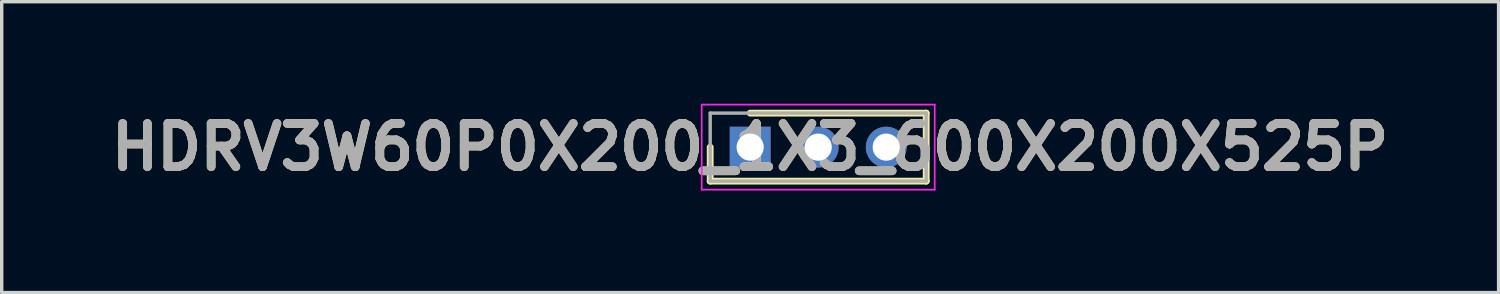
<source format=kicad_pcb>
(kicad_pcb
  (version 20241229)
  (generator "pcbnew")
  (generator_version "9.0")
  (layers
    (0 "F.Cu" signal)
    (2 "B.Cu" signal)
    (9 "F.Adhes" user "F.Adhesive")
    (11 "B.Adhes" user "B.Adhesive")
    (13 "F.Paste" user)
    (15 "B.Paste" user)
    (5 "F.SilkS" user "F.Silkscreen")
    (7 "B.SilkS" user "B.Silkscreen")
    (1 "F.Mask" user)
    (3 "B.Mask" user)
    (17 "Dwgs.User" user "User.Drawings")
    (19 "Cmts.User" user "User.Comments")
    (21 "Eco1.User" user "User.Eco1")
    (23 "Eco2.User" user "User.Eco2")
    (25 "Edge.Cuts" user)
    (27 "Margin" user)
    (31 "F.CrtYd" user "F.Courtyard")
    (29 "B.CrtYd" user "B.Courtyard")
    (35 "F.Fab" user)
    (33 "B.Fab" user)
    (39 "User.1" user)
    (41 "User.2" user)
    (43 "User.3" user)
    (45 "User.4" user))
  (footprint "HDRV3W60P0X200_1X3_600X200X525P"
    (layer "F.Cu")
    (at 19.002 1.275)
    (property "Reference" "HDRV3W60P0X200_1X3_600X200X525P" (at 0 0 0) (layer "F.SilkS") (effects (font (size 1.27 1.27) (thickness 0.254))))
    (attr through_hole)
    (fp_line (start -1.175 0) (end -1.175 1) (stroke (width 0.2) (type solid)) (layer "F.SilkS"))
    (fp_line (start -1.175 1) (end 5.175 1) (stroke (width 0.2) (type solid)) (layer "F.SilkS"))
    (fp_line (start 5.175 -1) (end 0 -1) (stroke (width 0.2) (type solid)) (layer "F.SilkS"))
    (fp_line (start 5.175 1) (end 5.175 -1) (stroke (width 0.2) (type solid)) (layer "F.SilkS"))
    (fp_line (start -1.425 -1.25) (end 5.425 -1.25) (stroke (width 0.05) (type solid)) (layer "F.CrtYd"))
    (fp_line (start -1.425 1.25) (end -1.425 -1.25) (stroke (width 0.05) (type solid)) (layer "F.CrtYd"))
    (fp_line (start 5.425 -1.25) (end 5.425 1.25) (stroke (width 0.05) (type solid)) (layer "F.CrtYd"))
    (fp_line (start 5.425 1.25) (end -1.425 1.25) (stroke (width 0.05) (type solid)) (layer "F.CrtYd"))
    (fp_line (start -1.175 -1) (end 5.175 -1) (stroke (width 0.1) (type solid)) (layer "F.Fab"))
    (fp_line (start -1.175 1) (end -1.175 -1) (stroke (width 0.1) (type solid)) (layer "F.Fab"))
    (fp_line (start 5.175 -1) (end 5.175 1) (stroke (width 0.1) (type solid)) (layer "F.Fab"))
    (fp_line (start 5.175 1) (end -1.175 1) (stroke (width 0.1) (type solid)) (layer "F.Fab"))
    (fp_text user "${REFERENCE}" (at 0 0 0) (layer "F.Fab") (effects (font (size 1.27 1.27) (thickness 0.254))))
    (pad "1" thru_hole rect (at 0 0) (size 1.2 1.2) (drill 0.8) (layers "*.Cu" "*.Mask"))
    (pad "2" thru_hole circle (at 2 0) (size 1.2 1.2) (drill 0.8) (layers "*.Cu" "*.Mask"))
    (pad "3" thru_hole circle (at 4 0) (size 1.2 1.2) (drill 0.8) (layers "*.Cu" "*.Mask")))
  (gr_rect
    (start -3 -3)
    (end 41.003 5.55)
    (stroke (width 0.1) (type default))
    (fill no)
    (layer "Edge.Cuts")))
</source>
